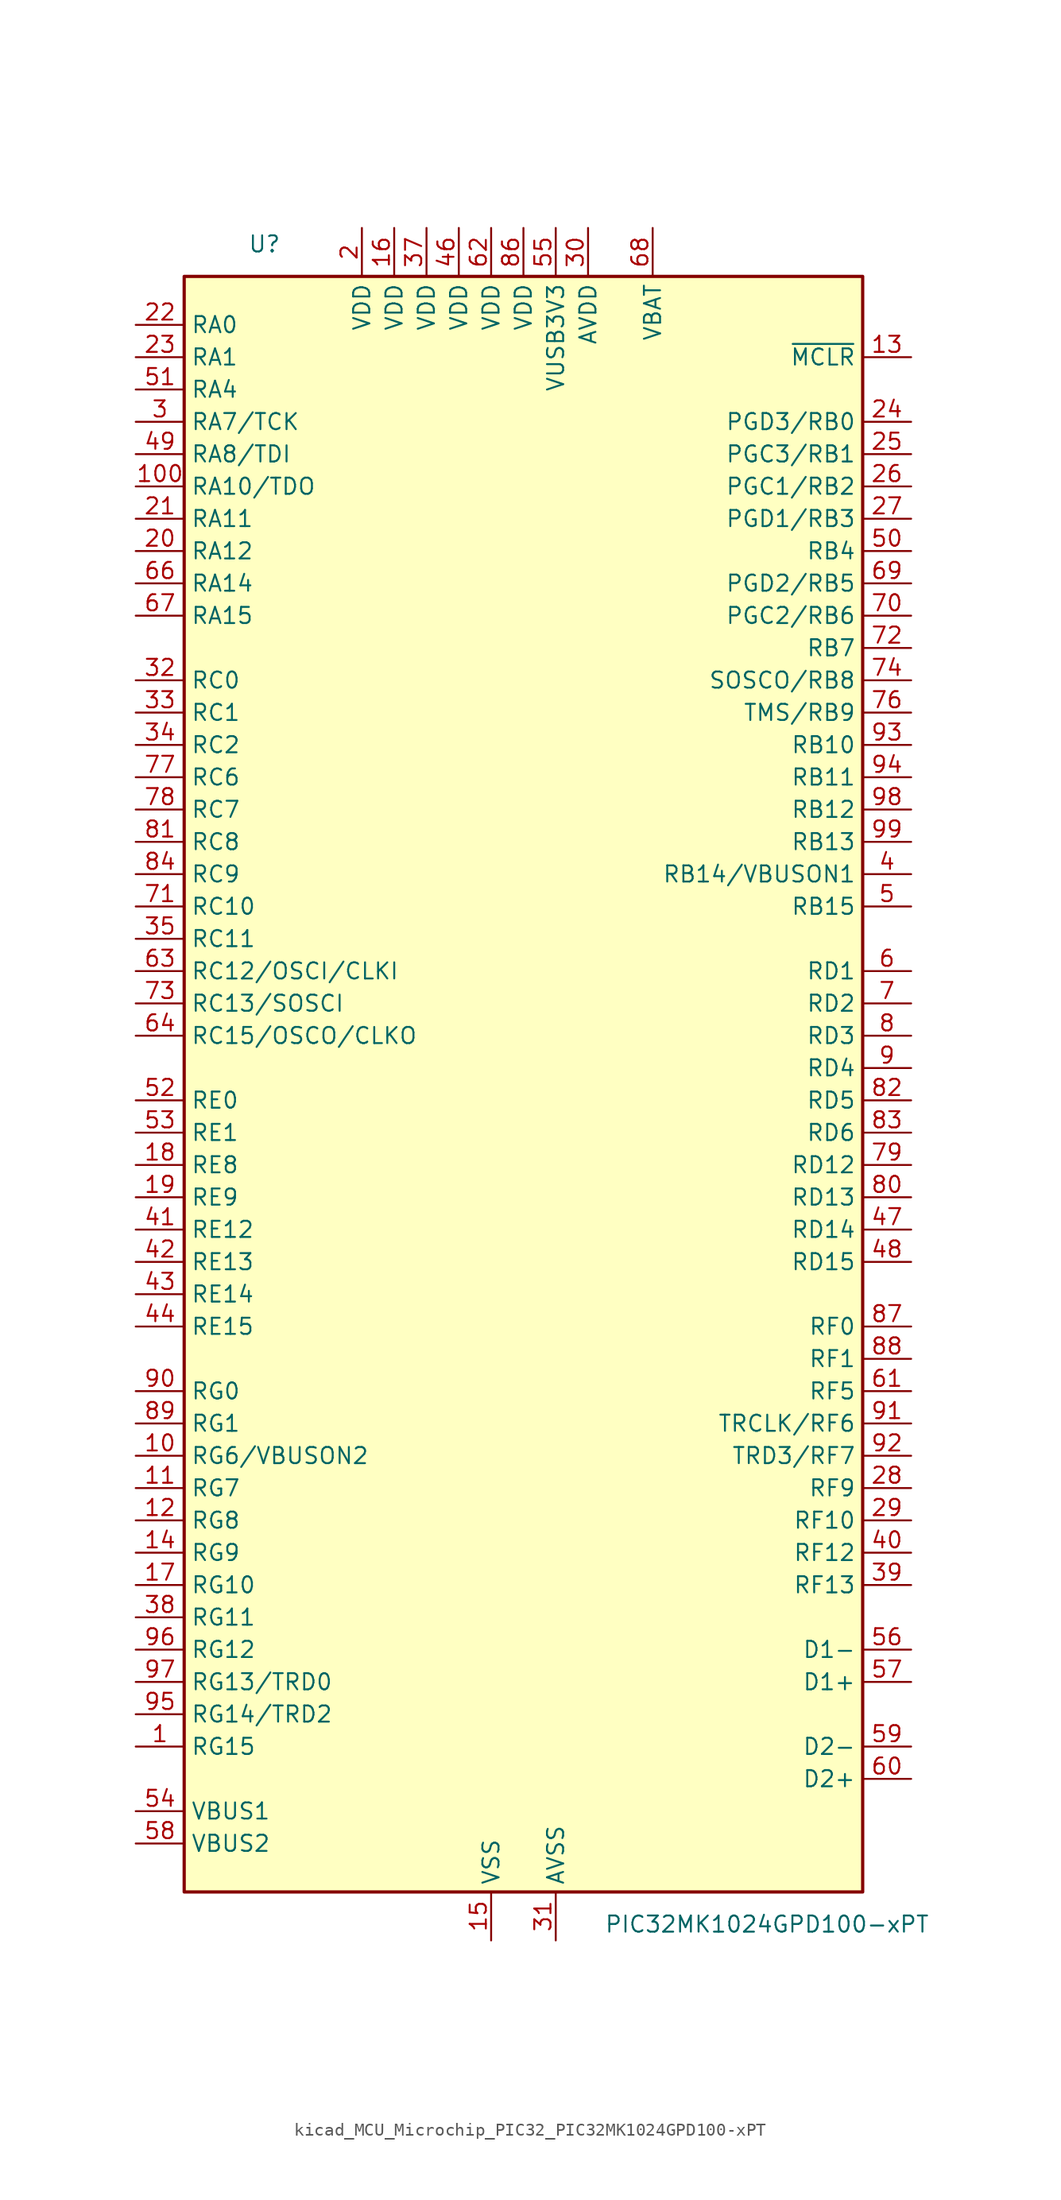
<source format=kicad_sym>
(kicad_symbol_lib
  (version 20220914)
  (generator kicad_symbol_editor)
  (symbol "kicad_MCU_Microchip_PIC32_PIC32MK1024GPD100-xPT"
    (property "Reference" "U"
      (at -19.05 64.77 0)
      (effects (font (size 1.27 1.27)) (justify right)))
    (property "Value" "PIC32MK1024GPD100-xPT"
      (at 6.35 -67.31 0)
      (effects (font (size 1.27 1.27)) (justify left)))
    (symbol "kicad_MCU_Microchip_PIC32_PIC32MK1024GPD100-xPT_0_1"
      (rectangle (start -26.67 62.23) (end 26.67 -64.77) (stroke (width 0.254) (type default)) (fill (type background))))
    (symbol "kicad_MCU_Microchip_PIC32_PIC32MK1024GPD100-xPT_1_1"
      (pin bidirectional line (at -30.48 -53.34 0) (length 3.81) (name "RG15" (effects (font (size 1.27 1.27)))) (number "1" (effects (font (size 1.27 1.27)))))
      (pin bidirectional line (at -30.48 -30.48 0) (length 3.81) (name "RG6/VBUSON2" (effects (font (size 1.27 1.27)))) (number "10" (effects (font (size 1.27 1.27)))))
      (pin bidirectional line (at -30.48 45.72 0) (length 3.81) (name "RA10/TDO" (effects (font (size 1.27 1.27)))) (number "100" (effects (font (size 1.27 1.27)))))
      (pin bidirectional line (at -30.48 -33.02 0) (length 3.81) (name "RG7" (effects (font (size 1.27 1.27)))) (number "11" (effects (font (size 1.27 1.27)))))
      (pin bidirectional line (at -30.48 -35.56 0) (length 3.81) (name "RG8" (effects (font (size 1.27 1.27)))) (number "12" (effects (font (size 1.27 1.27)))))
      (pin input line (at 30.48 55.88 180) (length 3.81) (name "~{MCLR}" (effects (font (size 1.27 1.27)))) (number "13" (effects (font (size 1.27 1.27)))))
      (pin bidirectional line (at -30.48 -38.1 0) (length 3.81) (name "RG9" (effects (font (size 1.27 1.27)))) (number "14" (effects (font (size 1.27 1.27)))))
      (pin power_in line (at -2.54 -68.58 90) (length 3.81) (name "VSS" (effects (font (size 1.27 1.27)))) (number "15" (effects (font (size 1.27 1.27)))))
      (pin power_in line (at -10.16 66.04 270) (length 3.81) (name "VDD" (effects (font (size 1.27 1.27)))) (number "16" (effects (font (size 1.27 1.27)))))
      (pin bidirectional line (at -30.48 -40.64 0) (length 3.81) (name "RG10" (effects (font (size 1.27 1.27)))) (number "17" (effects (font (size 1.27 1.27)))))
      (pin bidirectional line (at -30.48 -7.62 0) (length 3.81) (name "RE8" (effects (font (size 1.27 1.27)))) (number "18" (effects (font (size 1.27 1.27)))))
      (pin bidirectional line (at -30.48 -10.16 0) (length 3.81) (name "RE9" (effects (font (size 1.27 1.27)))) (number "19" (effects (font (size 1.27 1.27)))))
      (pin power_in line (at -12.7 66.04 270) (length 3.81) (name "VDD" (effects (font (size 1.27 1.27)))) (number "2" (effects (font (size 1.27 1.27)))))
      (pin bidirectional line (at -30.48 40.64 0) (length 3.81) (name "RA12" (effects (font (size 1.27 1.27)))) (number "20" (effects (font (size 1.27 1.27)))))
      (pin bidirectional line (at -30.48 43.18 0) (length 3.81) (name "RA11" (effects (font (size 1.27 1.27)))) (number "21" (effects (font (size 1.27 1.27)))))
      (pin bidirectional line (at -30.48 58.42 0) (length 3.81) (name "RA0" (effects (font (size 1.27 1.27)))) (number "22" (effects (font (size 1.27 1.27)))))
      (pin bidirectional line (at -30.48 55.88 0) (length 3.81) (name "RA1" (effects (font (size 1.27 1.27)))) (number "23" (effects (font (size 1.27 1.27)))))
      (pin bidirectional line (at 30.48 50.8 180) (length 3.81) (name "PGD3/RB0" (effects (font (size 1.27 1.27)))) (number "24" (effects (font (size 1.27 1.27)))))
      (pin bidirectional line (at 30.48 48.26 180) (length 3.81) (name "PGC3/RB1" (effects (font (size 1.27 1.27)))) (number "25" (effects (font (size 1.27 1.27)))))
      (pin bidirectional line (at 30.48 45.72 180) (length 3.81) (name "PGC1/RB2" (effects (font (size 1.27 1.27)))) (number "26" (effects (font (size 1.27 1.27)))))
      (pin bidirectional line (at 30.48 43.18 180) (length 3.81) (name "PGD1/RB3" (effects (font (size 1.27 1.27)))) (number "27" (effects (font (size 1.27 1.27)))))
      (pin bidirectional line (at 30.48 -33.02 180) (length 3.81) (name "RF9" (effects (font (size 1.27 1.27)))) (number "28" (effects (font (size 1.27 1.27)))))
      (pin bidirectional line (at 30.48 -35.56 180) (length 3.81) (name "RF10" (effects (font (size 1.27 1.27)))) (number "29" (effects (font (size 1.27 1.27)))))
      (pin bidirectional line (at -30.48 50.8 0) (length 3.81) (name "RA7/TCK" (effects (font (size 1.27 1.27)))) (number "3" (effects (font (size 1.27 1.27)))))
      (pin power_in line (at 5.08 66.04 270) (length 3.81) (name "AVDD" (effects (font (size 1.27 1.27)))) (number "30" (effects (font (size 1.27 1.27)))))
      (pin power_in line (at 2.54 -68.58 90) (length 3.81) (name "AVSS" (effects (font (size 1.27 1.27)))) (number "31" (effects (font (size 1.27 1.27)))))
      (pin bidirectional line (at -30.48 30.48 0) (length 3.81) (name "RC0" (effects (font (size 1.27 1.27)))) (number "32" (effects (font (size 1.27 1.27)))))
      (pin bidirectional line (at -30.48 27.94 0) (length 3.81) (name "RC1" (effects (font (size 1.27 1.27)))) (number "33" (effects (font (size 1.27 1.27)))))
      (pin bidirectional line (at -30.48 25.4 0) (length 3.81) (name "RC2" (effects (font (size 1.27 1.27)))) (number "34" (effects (font (size 1.27 1.27)))))
      (pin bidirectional line (at -30.48 10.16 0) (length 3.81) (name "RC11" (effects (font (size 1.27 1.27)))) (number "35" (effects (font (size 1.27 1.27)))))
      (pin passive line (at -2.54 -68.58 90) (length 3.81) hide (name "VSS" (effects (font (size 1.27 1.27)))) (number "36" (effects (font (size 1.27 1.27)))))
      (pin power_in line (at -7.62 66.04 270) (length 3.81) (name "VDD" (effects (font (size 1.27 1.27)))) (number "37" (effects (font (size 1.27 1.27)))))
      (pin bidirectional line (at -30.48 -43.18 0) (length 3.81) (name "RG11" (effects (font (size 1.27 1.27)))) (number "38" (effects (font (size 1.27 1.27)))))
      (pin bidirectional line (at 30.48 -40.64 180) (length 3.81) (name "RF13" (effects (font (size 1.27 1.27)))) (number "39" (effects (font (size 1.27 1.27)))))
      (pin bidirectional line (at 30.48 15.24 180) (length 3.81) (name "RB14/VBUSON1" (effects (font (size 1.27 1.27)))) (number "4" (effects (font (size 1.27 1.27)))))
      (pin bidirectional line (at 30.48 -38.1 180) (length 3.81) (name "RF12" (effects (font (size 1.27 1.27)))) (number "40" (effects (font (size 1.27 1.27)))))
      (pin bidirectional line (at -30.48 -12.7 0) (length 3.81) (name "RE12" (effects (font (size 1.27 1.27)))) (number "41" (effects (font (size 1.27 1.27)))))
      (pin bidirectional line (at -30.48 -15.24 0) (length 3.81) (name "RE13" (effects (font (size 1.27 1.27)))) (number "42" (effects (font (size 1.27 1.27)))))
      (pin bidirectional line (at -30.48 -17.78 0) (length 3.81) (name "RE14" (effects (font (size 1.27 1.27)))) (number "43" (effects (font (size 1.27 1.27)))))
      (pin bidirectional line (at -30.48 -20.32 0) (length 3.81) (name "RE15" (effects (font (size 1.27 1.27)))) (number "44" (effects (font (size 1.27 1.27)))))
      (pin passive line (at -2.54 -68.58 90) (length 3.81) hide (name "VSS" (effects (font (size 1.27 1.27)))) (number "45" (effects (font (size 1.27 1.27)))))
      (pin power_in line (at -5.08 66.04 270) (length 3.81) (name "VDD" (effects (font (size 1.27 1.27)))) (number "46" (effects (font (size 1.27 1.27)))))
      (pin bidirectional line (at 30.48 -12.7 180) (length 3.81) (name "RD14" (effects (font (size 1.27 1.27)))) (number "47" (effects (font (size 1.27 1.27)))))
      (pin bidirectional line (at 30.48 -15.24 180) (length 3.81) (name "RD15" (effects (font (size 1.27 1.27)))) (number "48" (effects (font (size 1.27 1.27)))))
      (pin bidirectional line (at -30.48 48.26 0) (length 3.81) (name "RA8/TDI" (effects (font (size 1.27 1.27)))) (number "49" (effects (font (size 1.27 1.27)))))
      (pin bidirectional line (at 30.48 12.7 180) (length 3.81) (name "RB15" (effects (font (size 1.27 1.27)))) (number "5" (effects (font (size 1.27 1.27)))))
      (pin bidirectional line (at 30.48 40.64 180) (length 3.81) (name "RB4" (effects (font (size 1.27 1.27)))) (number "50" (effects (font (size 1.27 1.27)))))
      (pin bidirectional line (at -30.48 53.34 0) (length 3.81) (name "RA4" (effects (font (size 1.27 1.27)))) (number "51" (effects (font (size 1.27 1.27)))))
      (pin bidirectional line (at -30.48 -2.54 0) (length 3.81) (name "RE0" (effects (font (size 1.27 1.27)))) (number "52" (effects (font (size 1.27 1.27)))))
      (pin bidirectional line (at -30.48 -5.08 0) (length 3.81) (name "RE1" (effects (font (size 1.27 1.27)))) (number "53" (effects (font (size 1.27 1.27)))))
      (pin input line (at -30.48 -58.42 0) (length 3.81) (name "VBUS1" (effects (font (size 1.27 1.27)))) (number "54" (effects (font (size 1.27 1.27)))))
      (pin power_in line (at 2.54 66.04 270) (length 3.81) (name "VUSB3V3" (effects (font (size 1.27 1.27)))) (number "55" (effects (font (size 1.27 1.27)))))
      (pin bidirectional line (at 30.48 -45.72 180) (length 3.81) (name "D1-" (effects (font (size 1.27 1.27)))) (number "56" (effects (font (size 1.27 1.27)))))
      (pin bidirectional line (at 30.48 -48.26 180) (length 3.81) (name "D1+" (effects (font (size 1.27 1.27)))) (number "57" (effects (font (size 1.27 1.27)))))
      (pin input line (at -30.48 -60.96 0) (length 3.81) (name "VBUS2" (effects (font (size 1.27 1.27)))) (number "58" (effects (font (size 1.27 1.27)))))
      (pin bidirectional line (at 30.48 -53.34 180) (length 3.81) (name "D2-" (effects (font (size 1.27 1.27)))) (number "59" (effects (font (size 1.27 1.27)))))
      (pin bidirectional line (at 30.48 7.62 180) (length 3.81) (name "RD1" (effects (font (size 1.27 1.27)))) (number "6" (effects (font (size 1.27 1.27)))))
      (pin bidirectional line (at 30.48 -55.88 180) (length 3.81) (name "D2+" (effects (font (size 1.27 1.27)))) (number "60" (effects (font (size 1.27 1.27)))))
      (pin bidirectional line (at 30.48 -25.4 180) (length 3.81) (name "RF5" (effects (font (size 1.27 1.27)))) (number "61" (effects (font (size 1.27 1.27)))))
      (pin power_in line (at -2.54 66.04 270) (length 3.81) (name "VDD" (effects (font (size 1.27 1.27)))) (number "62" (effects (font (size 1.27 1.27)))))
      (pin bidirectional line (at -30.48 7.62 0) (length 3.81) (name "RC12/OSCI/CLKI" (effects (font (size 1.27 1.27)))) (number "63" (effects (font (size 1.27 1.27)))))
      (pin bidirectional line (at -30.48 2.54 0) (length 3.81) (name "RC15/OSCO/CLKO" (effects (font (size 1.27 1.27)))) (number "64" (effects (font (size 1.27 1.27)))))
      (pin passive line (at -2.54 -68.58 90) (length 3.81) hide (name "VSS" (effects (font (size 1.27 1.27)))) (number "65" (effects (font (size 1.27 1.27)))))
      (pin bidirectional line (at -30.48 38.1 0) (length 3.81) (name "RA14" (effects (font (size 1.27 1.27)))) (number "66" (effects (font (size 1.27 1.27)))))
      (pin bidirectional line (at -30.48 35.56 0) (length 3.81) (name "RA15" (effects (font (size 1.27 1.27)))) (number "67" (effects (font (size 1.27 1.27)))))
      (pin power_in line (at 10.16 66.04 270) (length 3.81) (name "VBAT" (effects (font (size 1.27 1.27)))) (number "68" (effects (font (size 1.27 1.27)))))
      (pin bidirectional line (at 30.48 38.1 180) (length 3.81) (name "PGD2/RB5" (effects (font (size 1.27 1.27)))) (number "69" (effects (font (size 1.27 1.27)))))
      (pin bidirectional line (at 30.48 5.08 180) (length 3.81) (name "RD2" (effects (font (size 1.27 1.27)))) (number "7" (effects (font (size 1.27 1.27)))))
      (pin bidirectional line (at 30.48 35.56 180) (length 3.81) (name "PGC2/RB6" (effects (font (size 1.27 1.27)))) (number "70" (effects (font (size 1.27 1.27)))))
      (pin bidirectional line (at -30.48 12.7 0) (length 3.81) (name "RC10" (effects (font (size 1.27 1.27)))) (number "71" (effects (font (size 1.27 1.27)))))
      (pin bidirectional line (at 30.48 33.02 180) (length 3.81) (name "RB7" (effects (font (size 1.27 1.27)))) (number "72" (effects (font (size 1.27 1.27)))))
      (pin bidirectional line (at -30.48 5.08 0) (length 3.81) (name "RC13/SOSCI" (effects (font (size 1.27 1.27)))) (number "73" (effects (font (size 1.27 1.27)))))
      (pin bidirectional line (at 30.48 30.48 180) (length 3.81) (name "SOSCO/RB8" (effects (font (size 1.27 1.27)))) (number "74" (effects (font (size 1.27 1.27)))))
      (pin passive line (at -2.54 -68.58 90) (length 3.81) hide (name "VSS" (effects (font (size 1.27 1.27)))) (number "75" (effects (font (size 1.27 1.27)))))
      (pin bidirectional line (at 30.48 27.94 180) (length 3.81) (name "TMS/RB9" (effects (font (size 1.27 1.27)))) (number "76" (effects (font (size 1.27 1.27)))))
      (pin bidirectional line (at -30.48 22.86 0) (length 3.81) (name "RC6" (effects (font (size 1.27 1.27)))) (number "77" (effects (font (size 1.27 1.27)))))
      (pin bidirectional line (at -30.48 20.32 0) (length 3.81) (name "RC7" (effects (font (size 1.27 1.27)))) (number "78" (effects (font (size 1.27 1.27)))))
      (pin bidirectional line (at 30.48 -7.62 180) (length 3.81) (name "RD12" (effects (font (size 1.27 1.27)))) (number "79" (effects (font (size 1.27 1.27)))))
      (pin bidirectional line (at 30.48 2.54 180) (length 3.81) (name "RD3" (effects (font (size 1.27 1.27)))) (number "8" (effects (font (size 1.27 1.27)))))
      (pin bidirectional line (at 30.48 -10.16 180) (length 3.81) (name "RD13" (effects (font (size 1.27 1.27)))) (number "80" (effects (font (size 1.27 1.27)))))
      (pin bidirectional line (at -30.48 17.78 0) (length 3.81) (name "RC8" (effects (font (size 1.27 1.27)))) (number "81" (effects (font (size 1.27 1.27)))))
      (pin bidirectional line (at 30.48 -2.54 180) (length 3.81) (name "RD5" (effects (font (size 1.27 1.27)))) (number "82" (effects (font (size 1.27 1.27)))))
      (pin bidirectional line (at 30.48 -5.08 180) (length 3.81) (name "RD6" (effects (font (size 1.27 1.27)))) (number "83" (effects (font (size 1.27 1.27)))))
      (pin bidirectional line (at -30.48 15.24 0) (length 3.81) (name "RC9" (effects (font (size 1.27 1.27)))) (number "84" (effects (font (size 1.27 1.27)))))
      (pin passive line (at -2.54 -68.58 90) (length 3.81) hide (name "VSS" (effects (font (size 1.27 1.27)))) (number "85" (effects (font (size 1.27 1.27)))))
      (pin power_in line (at 0 66.04 270) (length 3.81) (name "VDD" (effects (font (size 1.27 1.27)))) (number "86" (effects (font (size 1.27 1.27)))))
      (pin bidirectional line (at 30.48 -20.32 180) (length 3.81) (name "RF0" (effects (font (size 1.27 1.27)))) (number "87" (effects (font (size 1.27 1.27)))))
      (pin bidirectional line (at 30.48 -22.86 180) (length 3.81) (name "RF1" (effects (font (size 1.27 1.27)))) (number "88" (effects (font (size 1.27 1.27)))))
      (pin bidirectional line (at -30.48 -27.94 0) (length 3.81) (name "RG1" (effects (font (size 1.27 1.27)))) (number "89" (effects (font (size 1.27 1.27)))))
      (pin bidirectional line (at 30.48 0 180) (length 3.81) (name "RD4" (effects (font (size 1.27 1.27)))) (number "9" (effects (font (size 1.27 1.27)))))
      (pin bidirectional line (at -30.48 -25.4 0) (length 3.81) (name "RG0" (effects (font (size 1.27 1.27)))) (number "90" (effects (font (size 1.27 1.27)))))
      (pin bidirectional line (at 30.48 -27.94 180) (length 3.81) (name "TRCLK/RF6" (effects (font (size 1.27 1.27)))) (number "91" (effects (font (size 1.27 1.27)))))
      (pin bidirectional line (at 30.48 -30.48 180) (length 3.81) (name "TRD3/RF7" (effects (font (size 1.27 1.27)))) (number "92" (effects (font (size 1.27 1.27)))))
      (pin bidirectional line (at 30.48 25.4 180) (length 3.81) (name "RB10" (effects (font (size 1.27 1.27)))) (number "93" (effects (font (size 1.27 1.27)))))
      (pin bidirectional line (at 30.48 22.86 180) (length 3.81) (name "RB11" (effects (font (size 1.27 1.27)))) (number "94" (effects (font (size 1.27 1.27)))))
      (pin bidirectional line (at -30.48 -50.8 0) (length 3.81) (name "RG14/TRD2" (effects (font (size 1.27 1.27)))) (number "95" (effects (font (size 1.27 1.27)))))
      (pin bidirectional line (at -30.48 -45.72 0) (length 3.81) (name "RG12" (effects (font (size 1.27 1.27)))) (number "96" (effects (font (size 1.27 1.27)))))
      (pin bidirectional line (at -30.48 -48.26 0) (length 3.81) (name "RG13/TRD0" (effects (font (size 1.27 1.27)))) (number "97" (effects (font (size 1.27 1.27)))))
      (pin bidirectional line (at 30.48 20.32 180) (length 3.81) (name "RB12" (effects (font (size 1.27 1.27)))) (number "98" (effects (font (size 1.27 1.27)))))
      (pin bidirectional line (at 30.48 17.78 180) (length 3.81) (name "RB13" (effects (font (size 1.27 1.27)))) (number "99" (effects (font (size 1.27 1.27))))))))
</source>
